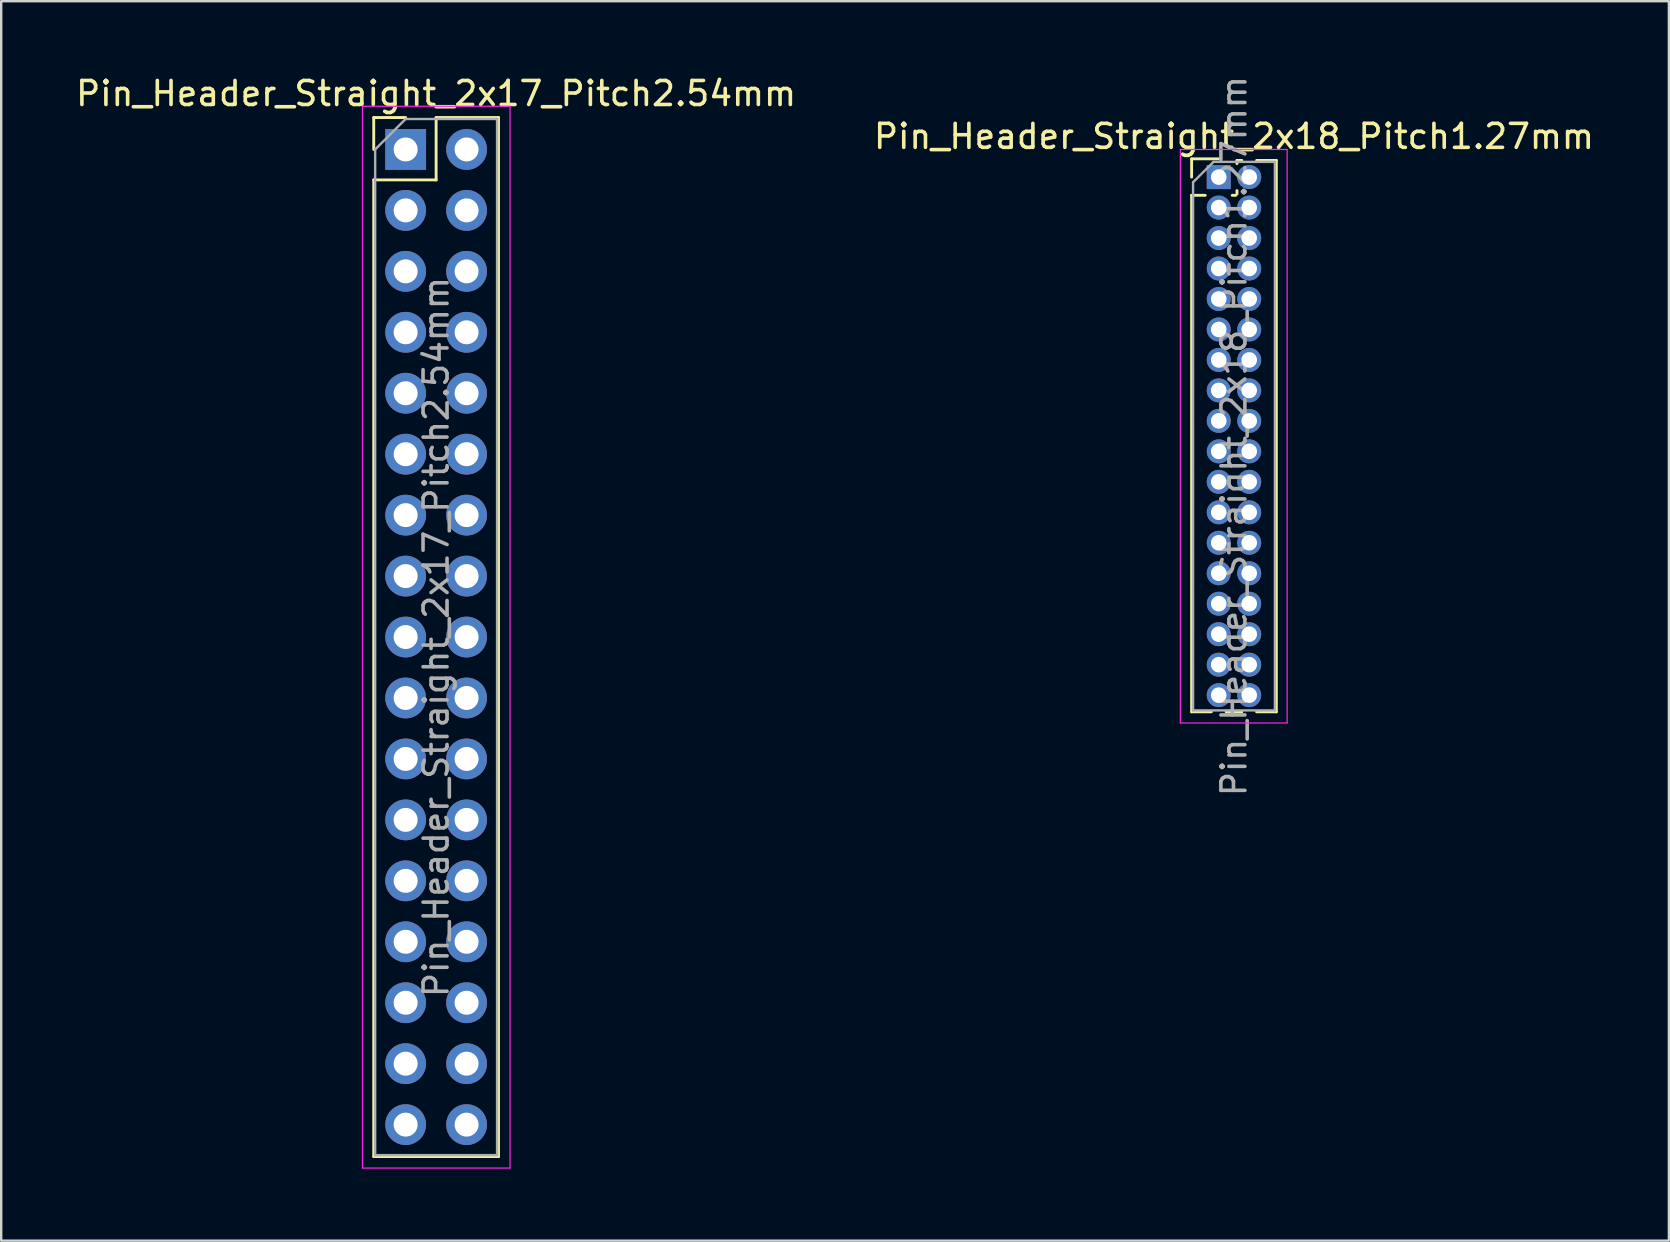
<source format=kicad_pcb>
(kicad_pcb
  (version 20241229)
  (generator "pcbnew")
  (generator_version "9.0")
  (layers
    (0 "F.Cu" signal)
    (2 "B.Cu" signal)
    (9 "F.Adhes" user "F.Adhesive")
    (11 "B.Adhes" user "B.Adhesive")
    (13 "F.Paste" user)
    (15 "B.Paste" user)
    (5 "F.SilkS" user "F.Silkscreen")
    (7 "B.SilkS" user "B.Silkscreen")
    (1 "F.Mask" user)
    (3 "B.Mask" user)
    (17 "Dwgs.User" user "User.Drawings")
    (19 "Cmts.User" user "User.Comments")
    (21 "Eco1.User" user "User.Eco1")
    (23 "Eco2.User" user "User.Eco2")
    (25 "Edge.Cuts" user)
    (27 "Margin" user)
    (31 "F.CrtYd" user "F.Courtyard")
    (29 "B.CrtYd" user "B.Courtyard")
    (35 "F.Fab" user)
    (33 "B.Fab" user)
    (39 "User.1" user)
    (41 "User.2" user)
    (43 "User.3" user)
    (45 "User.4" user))
  (footprint "Pin_Header_Straight_2x17_Pitch2.54mm"
    (layer "F.Cu")
    (at 13.855 3.178)
    (property "Reference" "Pin_Header_Straight_2x17_Pitch2.54mm" (at 1.27 -2.33 0) (layer "F.SilkS") (effects (font (size 1 1) (thickness 0.15))))
    (attr through_hole)
    (fp_line (start -1.33 -1.33) (end 0 -1.33) (stroke (width 0.12) (type solid)) (layer "F.SilkS"))
    (fp_line (start -1.33 0) (end -1.33 -1.33) (stroke (width 0.12) (type solid)) (layer "F.SilkS"))
    (fp_line (start -1.33 1.27) (end -1.33 41.97) (stroke (width 0.12) (type solid)) (layer "F.SilkS"))
    (fp_line (start -1.33 1.27) (end 1.27 1.27) (stroke (width 0.12) (type solid)) (layer "F.SilkS"))
    (fp_line (start -1.33 41.97) (end 3.87 41.97) (stroke (width 0.12) (type solid)) (layer "F.SilkS"))
    (fp_line (start 1.27 -1.33) (end 3.87 -1.33) (stroke (width 0.12) (type solid)) (layer "F.SilkS"))
    (fp_line (start 1.27 1.27) (end 1.27 -1.33) (stroke (width 0.12) (type solid)) (layer "F.SilkS"))
    (fp_line (start 3.87 -1.33) (end 3.87 41.97) (stroke (width 0.12) (type solid)) (layer "F.SilkS"))
    (fp_line (start -1.8 -1.8) (end -1.8 42.45) (stroke (width 0.05) (type solid)) (layer "F.CrtYd"))
    (fp_line (start -1.8 42.45) (end 4.35 42.45) (stroke (width 0.05) (type solid)) (layer "F.CrtYd"))
    (fp_line (start 4.35 -1.8) (end -1.8 -1.8) (stroke (width 0.05) (type solid)) (layer "F.CrtYd"))
    (fp_line (start 4.35 42.45) (end 4.35 -1.8) (stroke (width 0.05) (type solid)) (layer "F.CrtYd"))
    (fp_line (start -1.27 0) (end 0 -1.27) (stroke (width 0.1) (type solid)) (layer "F.Fab"))
    (fp_line (start -1.27 41.91) (end -1.27 0) (stroke (width 0.1) (type solid)) (layer "F.Fab"))
    (fp_line (start 0 -1.27) (end 3.81 -1.27) (stroke (width 0.1) (type solid)) (layer "F.Fab"))
    (fp_line (start 3.81 -1.27) (end 3.81 41.91) (stroke (width 0.1) (type solid)) (layer "F.Fab"))
    (fp_line (start 3.81 41.91) (end -1.27 41.91) (stroke (width 0.1) (type solid)) (layer "F.Fab"))
    (fp_text user "${REFERENCE}" (at 1.27 20.32 90) (layer "F.Fab") (effects (font (size 1 1) (thickness 0.15))))
    (pad "1" thru_hole rect (at 0 0) (size 1.7 1.7) (drill 1) (layers "*.Cu" "*.Mask"))
    (pad "2" thru_hole oval (at 2.54 0) (size 1.7 1.7) (drill 1) (layers "*.Cu" "*.Mask"))
    (pad "3" thru_hole oval (at 0 2.54) (size 1.7 1.7) (drill 1) (layers "*.Cu" "*.Mask"))
    (pad "4" thru_hole oval (at 2.54 2.54) (size 1.7 1.7) (drill 1) (layers "*.Cu" "*.Mask"))
    (pad "5" thru_hole oval (at 0 5.08) (size 1.7 1.7) (drill 1) (layers "*.Cu" "*.Mask"))
    (pad "6" thru_hole oval (at 2.54 5.08) (size 1.7 1.7) (drill 1) (layers "*.Cu" "*.Mask"))
    (pad "7" thru_hole oval (at 0 7.62) (size 1.7 1.7) (drill 1) (layers "*.Cu" "*.Mask"))
    (pad "8" thru_hole oval (at 2.54 7.62) (size 1.7 1.7) (drill 1) (layers "*.Cu" "*.Mask"))
    (pad "9" thru_hole oval (at 0 10.16) (size 1.7 1.7) (drill 1) (layers "*.Cu" "*.Mask"))
    (pad "10" thru_hole oval (at 2.54 10.16) (size 1.7 1.7) (drill 1) (layers "*.Cu" "*.Mask"))
    (pad "11" thru_hole oval (at 0 12.7) (size 1.7 1.7) (drill 1) (layers "*.Cu" "*.Mask"))
    (pad "12" thru_hole oval (at 2.54 12.7) (size 1.7 1.7) (drill 1) (layers "*.Cu" "*.Mask"))
    (pad "13" thru_hole oval (at 0 15.24) (size 1.7 1.7) (drill 1) (layers "*.Cu" "*.Mask"))
    (pad "14" thru_hole oval (at 2.54 15.24) (size 1.7 1.7) (drill 1) (layers "*.Cu" "*.Mask"))
    (pad "15" thru_hole oval (at 0 17.78) (size 1.7 1.7) (drill 1) (layers "*.Cu" "*.Mask"))
    (pad "16" thru_hole oval (at 2.54 17.78) (size 1.7 1.7) (drill 1) (layers "*.Cu" "*.Mask"))
    (pad "17" thru_hole oval (at 0 20.32) (size 1.7 1.7) (drill 1) (layers "*.Cu" "*.Mask"))
    (pad "18" thru_hole oval (at 2.54 20.32) (size 1.7 1.7) (drill 1) (layers "*.Cu" "*.Mask"))
    (pad "19" thru_hole oval (at 0 22.86) (size 1.7 1.7) (drill 1) (layers "*.Cu" "*.Mask"))
    (pad "20" thru_hole oval (at 2.54 22.86) (size 1.7 1.7) (drill 1) (layers "*.Cu" "*.Mask"))
    (pad "21" thru_hole oval (at 0 25.4) (size 1.7 1.7) (drill 1) (layers "*.Cu" "*.Mask"))
    (pad "22" thru_hole oval (at 2.54 25.4) (size 1.7 1.7) (drill 1) (layers "*.Cu" "*.Mask"))
    (pad "23" thru_hole oval (at 0 27.94) (size 1.7 1.7) (drill 1) (layers "*.Cu" "*.Mask"))
    (pad "24" thru_hole oval (at 2.54 27.94) (size 1.7 1.7) (drill 1) (layers "*.Cu" "*.Mask"))
    (pad "25" thru_hole oval (at 0 30.48) (size 1.7 1.7) (drill 1) (layers "*.Cu" "*.Mask"))
    (pad "26" thru_hole oval (at 2.54 30.48) (size 1.7 1.7) (drill 1) (layers "*.Cu" "*.Mask"))
    (pad "27" thru_hole oval (at 0 33.02) (size 1.7 1.7) (drill 1) (layers "*.Cu" "*.Mask"))
    (pad "28" thru_hole oval (at 2.54 33.02) (size 1.7 1.7) (drill 1) (layers "*.Cu" "*.Mask"))
    (pad "29" thru_hole oval (at 0 35.56) (size 1.7 1.7) (drill 1) (layers "*.Cu" "*.Mask"))
    (pad "30" thru_hole oval (at 2.54 35.56) (size 1.7 1.7) (drill 1) (layers "*.Cu" "*.Mask"))
    (pad "31" thru_hole oval (at 0 38.1) (size 1.7 1.7) (drill 1) (layers "*.Cu" "*.Mask"))
    (pad "32" thru_hole oval (at 2.54 38.1) (size 1.7 1.7) (drill 1) (layers "*.Cu" "*.Mask"))
    (pad "33" thru_hole oval (at 0 40.64) (size 1.7 1.7) (drill 1) (layers "*.Cu" "*.Mask"))
    (pad "34" thru_hole oval (at 2.54 40.64) (size 1.7 1.7) (drill 1) (layers "*.Cu" "*.Mask")))
  (footprint "Pin_Header_Straight_2x18_Pitch1.27mm"
    (layer "F.Cu")
    (at 47.74 4.33)
    (property "Reference" "Pin_Header_Straight_2x18_Pitch1.27mm" (at 0.635 -1.695 0) (layer "F.SilkS") (effects (font (size 1 1) (thickness 0.15))))
    (attr through_hole)
    (fp_line (start -1.13 -0.76) (end 0 -0.76) (stroke (width 0.12) (type solid)) (layer "F.SilkS"))
    (fp_line (start -1.13 0) (end -1.13 -0.76) (stroke (width 0.12) (type solid)) (layer "F.SilkS"))
    (fp_line (start -1.13 0.76) (end -1.13 22.285) (stroke (width 0.12) (type solid)) (layer "F.SilkS"))
    (fp_line (start -1.13 0.76) (end -0.563 0.76) (stroke (width 0.12) (type solid)) (layer "F.SilkS"))
    (fp_line (start -1.13 22.285) (end -0.308 22.285) (stroke (width 0.12) (type solid)) (layer "F.SilkS"))
    (fp_line (start 0.308 22.285) (end 0.962 22.285) (stroke (width 0.12) (type solid)) (layer "F.SilkS"))
    (fp_line (start 0.563 0.76) (end 0.707 0.76) (stroke (width 0.12) (type solid)) (layer "F.SilkS"))
    (fp_line (start 0.76 -0.695) (end 0.962 -0.695) (stroke (width 0.12) (type solid)) (layer "F.SilkS"))
    (fp_line (start 0.76 -0.563) (end 0.76 -0.695) (stroke (width 0.12) (type solid)) (layer "F.SilkS"))
    (fp_line (start 0.76 0.707) (end 0.76 0.563) (stroke (width 0.12) (type solid)) (layer "F.SilkS"))
    (fp_line (start 1.578 -0.695) (end 2.4 -0.695) (stroke (width 0.12) (type solid)) (layer "F.SilkS"))
    (fp_line (start 1.578 22.285) (end 2.4 22.285) (stroke (width 0.12) (type solid)) (layer "F.SilkS"))
    (fp_line (start 2.4 -0.695) (end 2.4 22.285) (stroke (width 0.12) (type solid)) (layer "F.SilkS"))
    (fp_line (start -1.6 -1.15) (end -1.6 22.75) (stroke (width 0.05) (type solid)) (layer "F.CrtYd"))
    (fp_line (start -1.6 22.75) (end 2.85 22.75) (stroke (width 0.05) (type solid)) (layer "F.CrtYd"))
    (fp_line (start 2.85 -1.15) (end -1.6 -1.15) (stroke (width 0.05) (type solid)) (layer "F.CrtYd"))
    (fp_line (start 2.85 22.75) (end 2.85 -1.15) (stroke (width 0.05) (type solid)) (layer "F.CrtYd"))
    (fp_line (start -1.07 0.217) (end -0.217 -0.635) (stroke (width 0.1) (type solid)) (layer "F.Fab"))
    (fp_line (start -1.07 22.225) (end -1.07 0.217) (stroke (width 0.1) (type solid)) (layer "F.Fab"))
    (fp_line (start -0.217 -0.635) (end 2.34 -0.635) (stroke (width 0.1) (type solid)) (layer "F.Fab"))
    (fp_line (start 2.34 -0.635) (end 2.34 22.225) (stroke (width 0.1) (type solid)) (layer "F.Fab"))
    (fp_line (start 2.34 22.225) (end -1.07 22.225) (stroke (width 0.1) (type solid)) (layer "F.Fab"))
    (fp_text user "${REFERENCE}" (at 0.635 10.795 90) (layer "F.Fab") (effects (font (size 1 1) (thickness 0.15))))
    (pad "1" thru_hole rect (at 0 0) (size 1 1) (drill 0.65) (layers "*.Cu" "*.Mask"))
    (pad "2" thru_hole oval (at 1.27 0) (size 1 1) (drill 0.65) (layers "*.Cu" "*.Mask"))
    (pad "3" thru_hole oval (at 0 1.27) (size 1 1) (drill 0.65) (layers "*.Cu" "*.Mask"))
    (pad "4" thru_hole oval (at 1.27 1.27) (size 1 1) (drill 0.65) (layers "*.Cu" "*.Mask"))
    (pad "5" thru_hole oval (at 0 2.54) (size 1 1) (drill 0.65) (layers "*.Cu" "*.Mask"))
    (pad "6" thru_hole oval (at 1.27 2.54) (size 1 1) (drill 0.65) (layers "*.Cu" "*.Mask"))
    (pad "7" thru_hole oval (at 0 3.81) (size 1 1) (drill 0.65) (layers "*.Cu" "*.Mask"))
    (pad "8" thru_hole oval (at 1.27 3.81) (size 1 1) (drill 0.65) (layers "*.Cu" "*.Mask"))
    (pad "9" thru_hole oval (at 0 5.08) (size 1 1) (drill 0.65) (layers "*.Cu" "*.Mask"))
    (pad "10" thru_hole oval (at 1.27 5.08) (size 1 1) (drill 0.65) (layers "*.Cu" "*.Mask"))
    (pad "11" thru_hole oval (at 0 6.35) (size 1 1) (drill 0.65) (layers "*.Cu" "*.Mask"))
    (pad "12" thru_hole oval (at 1.27 6.35) (size 1 1) (drill 0.65) (layers "*.Cu" "*.Mask"))
    (pad "13" thru_hole oval (at 0 7.62) (size 1 1) (drill 0.65) (layers "*.Cu" "*.Mask"))
    (pad "14" thru_hole oval (at 1.27 7.62) (size 1 1) (drill 0.65) (layers "*.Cu" "*.Mask"))
    (pad "15" thru_hole oval (at 0 8.89) (size 1 1) (drill 0.65) (layers "*.Cu" "*.Mask"))
    (pad "16" thru_hole oval (at 1.27 8.89) (size 1 1) (drill 0.65) (layers "*.Cu" "*.Mask"))
    (pad "17" thru_hole oval (at 0 10.16) (size 1 1) (drill 0.65) (layers "*.Cu" "*.Mask"))
    (pad "18" thru_hole oval (at 1.27 10.16) (size 1 1) (drill 0.65) (layers "*.Cu" "*.Mask"))
    (pad "19" thru_hole oval (at 0 11.43) (size 1 1) (drill 0.65) (layers "*.Cu" "*.Mask"))
    (pad "20" thru_hole oval (at 1.27 11.43) (size 1 1) (drill 0.65) (layers "*.Cu" "*.Mask"))
    (pad "21" thru_hole oval (at 0 12.7) (size 1 1) (drill 0.65) (layers "*.Cu" "*.Mask"))
    (pad "22" thru_hole oval (at 1.27 12.7) (size 1 1) (drill 0.65) (layers "*.Cu" "*.Mask"))
    (pad "23" thru_hole oval (at 0 13.97) (size 1 1) (drill 0.65) (layers "*.Cu" "*.Mask"))
    (pad "24" thru_hole oval (at 1.27 13.97) (size 1 1) (drill 0.65) (layers "*.Cu" "*.Mask"))
    (pad "25" thru_hole oval (at 0 15.24) (size 1 1) (drill 0.65) (layers "*.Cu" "*.Mask"))
    (pad "26" thru_hole oval (at 1.27 15.24) (size 1 1) (drill 0.65) (layers "*.Cu" "*.Mask"))
    (pad "27" thru_hole oval (at 0 16.51) (size 1 1) (drill 0.65) (layers "*.Cu" "*.Mask"))
    (pad "28" thru_hole oval (at 1.27 16.51) (size 1 1) (drill 0.65) (layers "*.Cu" "*.Mask"))
    (pad "29" thru_hole oval (at 0 17.78) (size 1 1) (drill 0.65) (layers "*.Cu" "*.Mask"))
    (pad "30" thru_hole oval (at 1.27 17.78) (size 1 1) (drill 0.65) (layers "*.Cu" "*.Mask"))
    (pad "31" thru_hole oval (at 0 19.05) (size 1 1) (drill 0.65) (layers "*.Cu" "*.Mask"))
    (pad "32" thru_hole oval (at 1.27 19.05) (size 1 1) (drill 0.65) (layers "*.Cu" "*.Mask"))
    (pad "33" thru_hole oval (at 0 20.32) (size 1 1) (drill 0.65) (layers "*.Cu" "*.Mask"))
    (pad "34" thru_hole oval (at 1.27 20.32) (size 1 1) (drill 0.65) (layers "*.Cu" "*.Mask"))
    (pad "35" thru_hole oval (at 0 21.59) (size 1 1) (drill 0.65) (layers "*.Cu" "*.Mask"))
    (pad "36" thru_hole oval (at 1.27 21.59) (size 1 1) (drill 0.65) (layers "*.Cu" "*.Mask")))
  (gr_rect
    (start -3 -3)
    (end 66.5 48.653)
    (stroke (width 0.1) (type default))
    (fill no)
    (layer "Edge.Cuts")))
</source>
